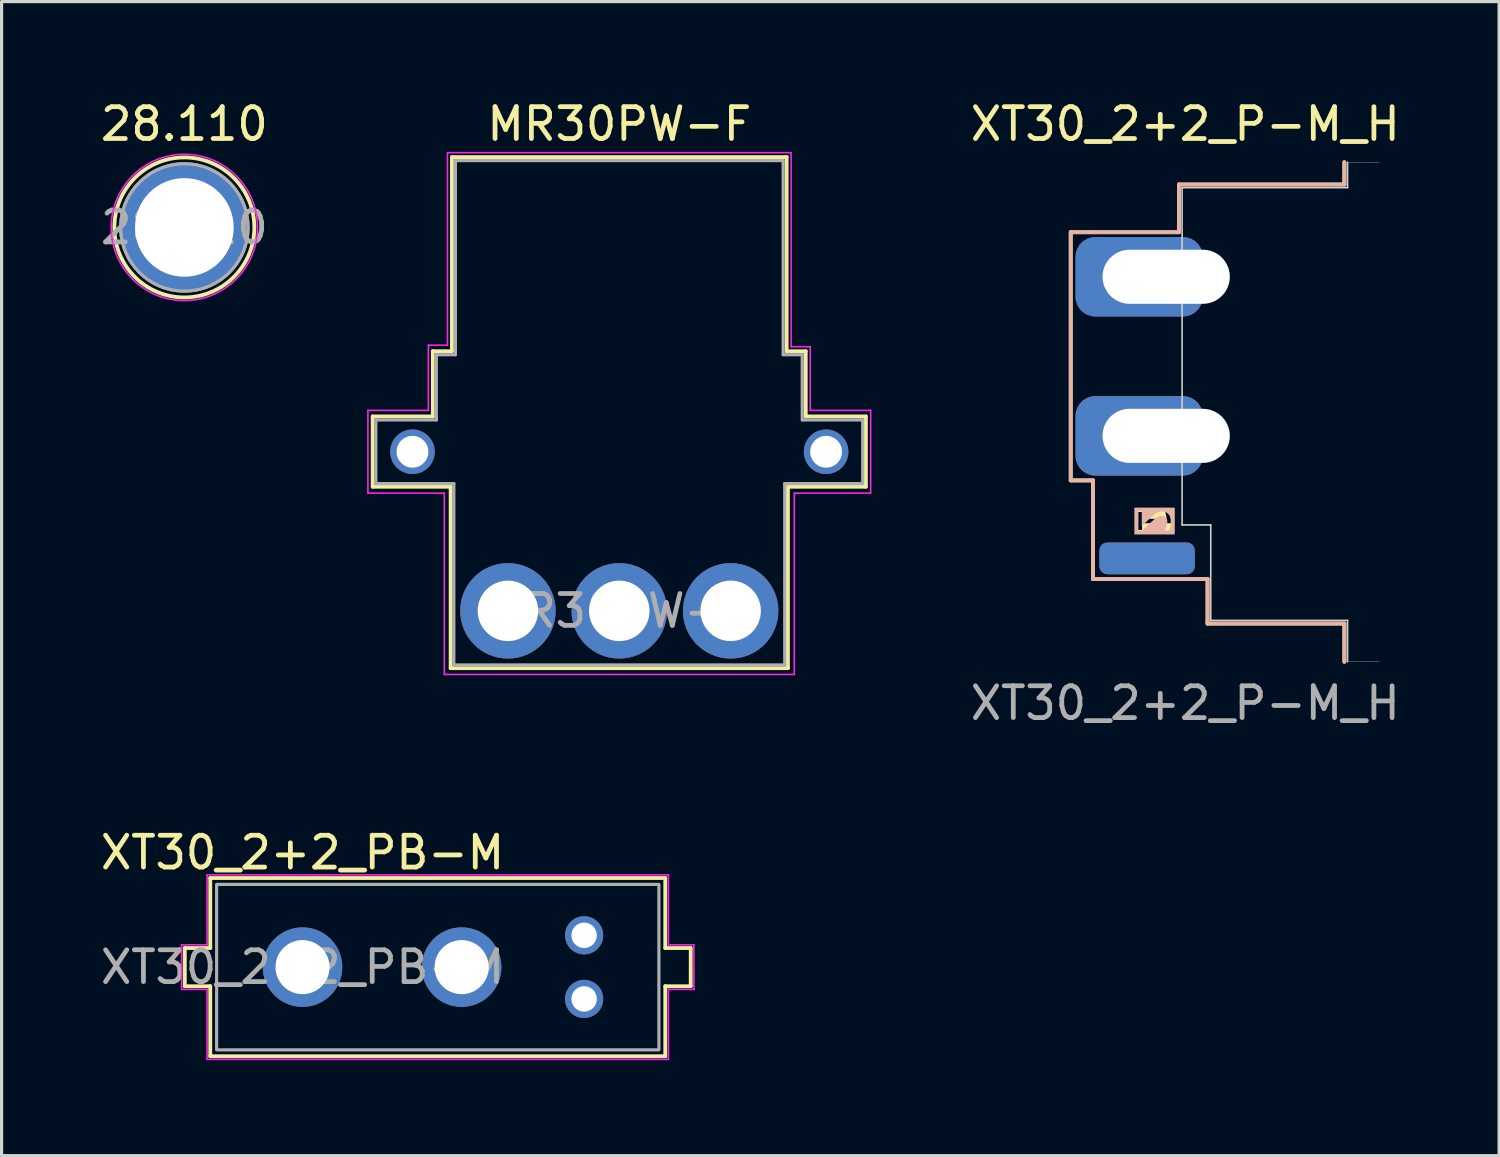
<source format=kicad_pcb>
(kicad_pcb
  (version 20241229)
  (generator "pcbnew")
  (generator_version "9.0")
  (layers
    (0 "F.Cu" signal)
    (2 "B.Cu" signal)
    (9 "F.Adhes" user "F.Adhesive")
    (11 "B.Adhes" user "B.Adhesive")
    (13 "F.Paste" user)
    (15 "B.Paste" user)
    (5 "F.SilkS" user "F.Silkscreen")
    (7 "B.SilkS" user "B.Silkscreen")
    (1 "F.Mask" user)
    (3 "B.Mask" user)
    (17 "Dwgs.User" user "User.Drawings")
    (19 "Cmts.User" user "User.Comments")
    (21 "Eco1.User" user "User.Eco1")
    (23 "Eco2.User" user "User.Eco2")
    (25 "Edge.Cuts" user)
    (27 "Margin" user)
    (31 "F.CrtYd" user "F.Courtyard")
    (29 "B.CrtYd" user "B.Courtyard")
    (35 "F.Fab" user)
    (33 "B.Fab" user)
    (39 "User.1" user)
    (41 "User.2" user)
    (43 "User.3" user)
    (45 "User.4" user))
  (footprint "XT30_2+2_P-M_H"
    (layer "F.Cu")
    (at 34.201 5.648)
    (property "Reference" "XT30_2+2_P-M_H" (at 0 -4.8 0) (unlocked yes) (layer "F.SilkS") (effects (font (size 1 1) (thickness 0.15))))
    (attr smd)
    (fp_line (start -3.6 -1.4) (end -3.6 6.4) (stroke (width 0.12) (type solid)) (layer "F.SilkS"))
    (fp_line (start -3.6 6.4) (end -2.9 6.4) (stroke (width 0.12) (type solid)) (layer "F.SilkS"))
    (fp_line (start -2.9 6.4) (end -2.9 9.5) (stroke (width 0.12) (type solid)) (layer "F.SilkS"))
    (fp_line (start -2.9 9.5) (end 0.7 9.5) (stroke (width 0.12) (type solid)) (layer "F.SilkS"))
    (fp_line (start -0.2 -2.9) (end -0.2 -1.4) (stroke (width 0.12) (type solid)) (layer "F.SilkS"))
    (fp_line (start -0.2 -1.4) (end -3.6 -1.4) (stroke (width 0.12) (type solid)) (layer "F.SilkS"))
    (fp_line (start 0.7 9.5) (end 0.7 10.9) (stroke (width 0.12) (type solid)) (layer "F.SilkS"))
    (fp_line (start 0.7 10.9) (end 5 10.9) (stroke (width 0.12) (type solid)) (layer "F.SilkS"))
    (fp_line (start 5 -3.6) (end 5 -2.9) (stroke (width 0.12) (type solid)) (layer "F.SilkS"))
    (fp_line (start 5 -2.9) (end -0.2 -2.9) (stroke (width 0.12) (type solid)) (layer "F.SilkS"))
    (fp_line (start 5 10.9) (end 5 12.1) (stroke (width 0.12) (type solid)) (layer "F.SilkS"))
    (fp_line (start -3.6 -1.4) (end -3.6 6.4) (stroke (width 0.12) (type solid)) (layer "B.SilkS"))
    (fp_line (start -3.6 6.4) (end -2.9 6.4) (stroke (width 0.12) (type solid)) (layer "B.SilkS"))
    (fp_line (start -2.9 6.4) (end -2.9 9.5) (stroke (width 0.12) (type solid)) (layer "B.SilkS"))
    (fp_line (start -2.9 9.5) (end 0.7 9.5) (stroke (width 0.12) (type solid)) (layer "B.SilkS"))
    (fp_line (start -0.2 -2.9) (end -0.2 -1.4) (stroke (width 0.12) (type solid)) (layer "B.SilkS"))
    (fp_line (start -0.2 -1.4) (end -3.6 -1.4) (stroke (width 0.12) (type solid)) (layer "B.SilkS"))
    (fp_line (start 0.7 9.5) (end 0.7 10.9) (stroke (width 0.12) (type solid)) (layer "B.SilkS"))
    (fp_line (start 0.7 10.9) (end 5 10.9) (stroke (width 0.12) (type solid)) (layer "B.SilkS"))
    (fp_line (start 5 -3.6) (end 5 -2.9) (stroke (width 0.12) (type solid)) (layer "B.SilkS"))
    (fp_line (start 5 -2.9) (end -0.2 -2.9) (stroke (width 0.12) (type solid)) (layer "B.SilkS"))
    (fp_line (start 5 10.9) (end 5 12.1) (stroke (width 0.12) (type solid)) (layer "B.SilkS"))
    (fp_line (start 6.1 -3.6) (end 5.1 -3.6) (stroke (width 0.01) (type solid)) (layer "Dwgs.User"))
    (fp_line (start 6.1 12.1) (end 5.1 12.1) (stroke (width 0.01) (type solid)) (layer "Dwgs.User"))
    (fp_line (start -0.1 -2.8) (end -0.1 7.8) (stroke (width 0.05) (type solid)) (layer "Edge.Cuts"))
    (fp_line (start -0.1 -2.8) (end 5.1 -2.8) (stroke (width 0.05) (type solid)) (layer "Edge.Cuts"))
    (fp_line (start 0.8 7.8) (end -0.1 7.8) (stroke (width 0.05) (type solid)) (layer "Edge.Cuts"))
    (fp_line (start 0.8 7.8) (end 0.8 10.8) (stroke (width 0.05) (type default)) (layer "Edge.Cuts"))
    (fp_line (start 5.1 -2.8) (end 5.1 -3.6) (stroke (width 0.05) (type solid)) (layer "Edge.Cuts"))
    (fp_line (start 5.1 10.8) (end 0.8 10.8) (stroke (width 0.05) (type solid)) (layer "Edge.Cuts"))
    (fp_line (start 5.1 12.1) (end 5.1 10.8) (stroke (width 0.05) (type solid)) (layer "Edge.Cuts"))
    (fp_text user "1" (at -1.06 7.63 270) (unlocked yes) (layer "F.SilkS" knockout) (effects (font (face "DejaVu Sans Mono") (size 1 1) (thickness 0.1))))
    (fp_text user "2" (at -1.07 7.67 270) (unlocked yes) (layer "B.SilkS" knockout) (effects (font (face "DejaVu Sans Mono") (size 1 1) (thickness 0.1)) (justify mirror)))
    (fp_text user "${REFERENCE}" (at 0 13.4 0) (unlocked yes) (layer "F.Fab") (effects (font (size 1 1) (thickness 0.15))))
    (pad "1" smd roundrect (at -1.2 8.85) (size 3 1) (layers "F.Cu" "F.Mask" "F.Paste") (roundrect_rratio 0.25))
    (pad "2" smd roundrect (at -1.2 8.85) (size 3 1) (layers "B.Cu" "B.Mask" "B.Paste") (roundrect_rratio 0.25))
    (pad "P+" thru_hole roundrect (at -0.6 0) (size 4 2.5) (drill oval 4.5 1.7 (offset -0.85 0)) (layers "*.Cu" "*.Mask") (roundrect_rratio 0.25))
    (pad "P-" thru_hole roundrect (at -0.6 5) (size 4 2.5) (drill oval 4.5 1.7 (offset -0.85 0)) (layers "*.Cu" "*.Mask") (roundrect_rratio 0.25)))
  (footprint "MR30PW-F"
    (layer "F.Cu")
    (at 16.413 16.148)
    (property "Reference" "MR30PW-F" (at 0 -15.3 0) (layer "F.SilkS") (effects (font (size 1 1) (thickness 0.15))))
    (attr through_hole)
    (fp_line (start -7.75 -6.11) (end -7.75 -3.9) (stroke (width 0.12) (type solid)) (layer "F.SilkS"))
    (fp_line (start -7.75 -6.11) (end -5.86 -6.11) (stroke (width 0.12) (type solid)) (layer "F.SilkS"))
    (fp_line (start -7.75 -3.9) (end -5.3 -3.9) (stroke (width 0.12) (type solid)) (layer "F.SilkS"))
    (fp_line (start -5.86 -8.16) (end -5.86 -6.11) (stroke (width 0.12) (type solid)) (layer "F.SilkS"))
    (fp_line (start -5.86 -8.16) (end -5.26 -8.16) (stroke (width 0.12) (type solid)) (layer "F.SilkS"))
    (fp_line (start -5.3 1.8) (end -5.3 -3.9) (stroke (width 0.12) (type solid)) (layer "F.SilkS"))
    (fp_line (start -5.3 1.8) (end 5.3 1.8) (stroke (width 0.12) (type solid)) (layer "F.SilkS"))
    (fp_line (start -5.26 -14.26) (end -5.26 -8.16) (stroke (width 0.12) (type solid)) (layer "F.SilkS"))
    (fp_line (start -5.26 -14.26) (end 5.26 -14.26) (stroke (width 0.12) (type solid)) (layer "F.SilkS"))
    (fp_line (start 5.26 -14.26) (end 5.26 -8.16) (stroke (width 0.12) (type solid)) (layer "F.SilkS"))
    (fp_line (start 5.26 -8.16) (end 5.86 -8.16) (stroke (width 0.12) (type solid)) (layer "F.SilkS"))
    (fp_line (start 5.3 -3.9) (end 7.75 -3.9) (stroke (width 0.12) (type solid)) (layer "F.SilkS"))
    (fp_line (start 5.3 1.8) (end 5.3 -3.9) (stroke (width 0.12) (type solid)) (layer "F.SilkS"))
    (fp_line (start 5.86 -8.16) (end 5.86 -6.11) (stroke (width 0.12) (type solid)) (layer "F.SilkS"))
    (fp_line (start 5.86 -6.11) (end 7.75 -6.11) (stroke (width 0.12) (type solid)) (layer "F.SilkS"))
    (fp_line (start 7.75 -6.11) (end 7.75 -3.9) (stroke (width 0.12) (type solid)) (layer "F.SilkS"))
    (fp_line (start -7.9 -6.3) (end -7.9 -3.7) (stroke (width 0.05) (type solid)) (layer "F.CrtYd"))
    (fp_line (start -7.9 -3.7) (end -5.5 -3.7) (stroke (width 0.05) (type solid)) (layer "F.CrtYd"))
    (fp_line (start -6 -8.35) (end -6 -6.3) (stroke (width 0.05) (type solid)) (layer "F.CrtYd"))
    (fp_line (start -6 -6.3) (end -7.9 -6.3) (stroke (width 0.05) (type solid)) (layer "F.CrtYd"))
    (fp_line (start -5.5 -3.7) (end -5.5 2) (stroke (width 0.05) (type solid)) (layer "F.CrtYd"))
    (fp_line (start -5.5 2) (end 5.5 2) (stroke (width 0.05) (type solid)) (layer "F.CrtYd"))
    (fp_line (start -5.4 -14.4) (end -5.4 -8.35) (stroke (width 0.05) (type solid)) (layer "F.CrtYd"))
    (fp_line (start -5.4 -14.4) (end 5.4 -14.4) (stroke (width 0.05) (type solid)) (layer "F.CrtYd"))
    (fp_line (start -5.4 -8.35) (end -6 -8.35) (stroke (width 0.05) (type solid)) (layer "F.CrtYd"))
    (fp_line (start 5.4 -14.4) (end 5.4 -8.3) (stroke (width 0.05) (type solid)) (layer "F.CrtYd"))
    (fp_line (start 5.5 -3.7) (end 5.5 2) (stroke (width 0.05) (type solid)) (layer "F.CrtYd"))
    (fp_line (start 6 -8.3) (end 5.4 -8.3) (stroke (width 0.05) (type solid)) (layer "F.CrtYd"))
    (fp_line (start 6 -8.3) (end 6 -6.3) (stroke (width 0.05) (type solid)) (layer "F.CrtYd"))
    (fp_line (start 6 -6.3) (end 7.9 -6.3) (stroke (width 0.05) (type solid)) (layer "F.CrtYd"))
    (fp_line (start 7.9 -6.3) (end 7.9 -3.7) (stroke (width 0.05) (type solid)) (layer "F.CrtYd"))
    (fp_line (start 7.9 -3.7) (end 5.5 -3.7) (stroke (width 0.05) (type solid)) (layer "F.CrtYd"))
    (fp_line (start -7.65 -6) (end -7.65 -4) (stroke (width 0.1) (type default)) (layer "F.Fab"))
    (fp_line (start -7.65 -6) (end -5.75 -6) (stroke (width 0.1) (type solid)) (layer "F.Fab"))
    (fp_line (start -7.65 -4) (end -5.2 -4) (stroke (width 0.1) (type solid)) (layer "F.Fab"))
    (fp_line (start -5.75 -8.05) (end -5.75 -6) (stroke (width 0.1) (type solid)) (layer "F.Fab"))
    (fp_line (start -5.75 -8.05) (end -5.15 -8.05) (stroke (width 0.1) (type solid)) (layer "F.Fab"))
    (fp_line (start -5.2 1.7) (end -5.2 -4) (stroke (width 0.1) (type solid)) (layer "F.Fab"))
    (fp_line (start -5.2 1.7) (end 5.2 1.7) (stroke (width 0.1) (type solid)) (layer "F.Fab"))
    (fp_line (start -5.15 -14.15) (end -5.15 -8.05) (stroke (width 0.1) (type solid)) (layer "F.Fab"))
    (fp_line (start -5.15 -14.15) (end 5.15 -14.15) (stroke (width 0.1) (type solid)) (layer "F.Fab"))
    (fp_line (start 5.15 -14.15) (end 5.15 -8.05) (stroke (width 0.1) (type solid)) (layer "F.Fab"))
    (fp_line (start 5.15 -8.05) (end 5.75 -8.05) (stroke (width 0.1) (type default)) (layer "F.Fab"))
    (fp_line (start 5.2 -4) (end 7.65 -4) (stroke (width 0.1) (type solid)) (layer "F.Fab"))
    (fp_line (start 5.2 1.7) (end 5.2 -4) (stroke (width 0.1) (type solid)) (layer "F.Fab"))
    (fp_line (start 5.75 -8.05) (end 5.75 -6) (stroke (width 0.1) (type solid)) (layer "F.Fab"))
    (fp_line (start 5.755 -6) (end 7.65 -6) (stroke (width 0.1) (type solid)) (layer "F.Fab"))
    (fp_line (start 7.65 -6) (end 7.65 -4) (stroke (width 0.1) (type solid)) (layer "F.Fab"))
    (fp_text user "${REFERENCE}" (at 0 0 0) (layer "F.Fab") (effects (font (size 1 1) (thickness 0.15))))
    (pad "" thru_hole circle (at -6.5 -5) (size 1.4 1.4) (drill 1) (layers "*.Cu" "*.Mask") (remove_unused_layers yes) (keep_end_layers yes) (zone_layer_connections))
    (pad "" thru_hole circle (at 6.5 -5 90) (size 1.4 1.4) (drill 1) (layers "*.Cu" "*.Mask") (remove_unused_layers yes) (keep_end_layers yes) (zone_layer_connections))
    (pad "1" thru_hole circle (at 3.5 0) (size 3 3) (drill 1.9) (layers "*.Cu" "*.Mask") (remove_unused_layers yes) (keep_end_layers yes) (zone_layer_connections))
    (pad "2" thru_hole circle (at 0 0) (size 3 3) (drill 1.9) (layers "*.Cu" "*.Mask") (remove_unused_layers yes) (keep_end_layers yes) (zone_layer_connections))
    (pad "3" thru_hole circle (at -3.5 0) (size 3 3) (drill 1.9) (layers "*.Cu" "*.Mask") (remove_unused_layers yes) (keep_end_layers yes) (zone_layer_connections)))
  (footprint "28.110"
    (layer "F.Cu")
    (at 2.744 4.098)
    (property "Reference" "28.110" (at 0 -3.25 0) (unlocked yes) (layer "F.SilkS") (effects (font (size 1 1) (thickness 0.15))))
    (attr through_hole)
    (fp_circle (center 0 0) (end 2.2 0) (stroke (width 0.12) (type solid)) (fill no) (layer "F.SilkS"))
    (fp_circle (center 0 0) (end 2.3 0) (stroke (width 0.05) (type solid)) (fill no) (layer "F.CrtYd"))
    (fp_circle (center 0 0) (end 2 0) (stroke (width 0.1) (type solid)) (fill no) (layer "F.Fab"))
    (fp_text user "${REFERENCE}" (at 0 0 0) (unlocked yes) (layer "F.Fab") (effects (font (size 1 1) (thickness 0.15))))
    (pad "1" thru_hole circle (at 0 0) (size 4.1 4.1) (drill 3.1) (layers "*.Cu" "*.Mask") (remove_unused_layers yes) (keep_end_layers yes) (zone_layer_connections)))
  (footprint "XT30_2+2_PB-M"
    (layer "F.Cu")
    (at 6.458 27.345)
    (property "Reference" "XT30_2+2_PB-M" (at 0 -3.6 0) (unlocked yes) (layer "F.SilkS") (effects (font (size 1 1) (thickness 0.15))))
    (attr through_hole)
    (fp_line (start -3.7 -0.6) (end -2.9 -0.6) (stroke (width 0.12) (type solid)) (layer "F.SilkS"))
    (fp_line (start -3.7 0.6) (end -3.7 -0.6) (stroke (width 0.12) (type solid)) (layer "F.SilkS"))
    (fp_line (start -2.9 -2.8) (end 11.4 -2.8) (stroke (width 0.12) (type solid)) (layer "F.SilkS"))
    (fp_line (start -2.9 -0.6) (end -2.9 -2.8) (stroke (width 0.12) (type solid)) (layer "F.SilkS"))
    (fp_line (start -2.9 0.6) (end -3.7 0.6) (stroke (width 0.12) (type solid)) (layer "F.SilkS"))
    (fp_line (start -2.9 2.8) (end -2.9 0.6) (stroke (width 0.12) (type solid)) (layer "F.SilkS"))
    (fp_line (start 11.4 -2.8) (end 11.4 -0.6) (stroke (width 0.12) (type solid)) (layer "F.SilkS"))
    (fp_line (start 11.4 -0.6) (end 12.2 -0.6) (stroke (width 0.12) (type solid)) (layer "F.SilkS"))
    (fp_line (start 11.4 0.6) (end 11.4 2.8) (stroke (width 0.12) (type solid)) (layer "F.SilkS"))
    (fp_line (start 11.4 2.8) (end -2.9 2.8) (stroke (width 0.12) (type solid)) (layer "F.SilkS"))
    (fp_line (start 12.2 -0.6) (end 12.2 0.6) (stroke (width 0.12) (type solid)) (layer "F.SilkS"))
    (fp_line (start 12.2 0.6) (end 11.4 0.6) (stroke (width 0.12) (type solid)) (layer "F.SilkS"))
    (fp_line (start -3.8 -0.7) (end -3 -0.7) (stroke (width 0.05) (type solid)) (layer "F.CrtYd"))
    (fp_line (start -3.8 0.7) (end -3.8 -0.7) (stroke (width 0.05) (type solid)) (layer "F.CrtYd"))
    (fp_line (start -3 -2.9) (end 11.5 -2.9) (stroke (width 0.05) (type solid)) (layer "F.CrtYd"))
    (fp_line (start -3 -0.7) (end -3 -2.9) (stroke (width 0.05) (type solid)) (layer "F.CrtYd"))
    (fp_line (start -3 0.7) (end -3.8 0.7) (stroke (width 0.05) (type solid)) (layer "F.CrtYd"))
    (fp_line (start -3 2.9) (end -3 0.7) (stroke (width 0.05) (type solid)) (layer "F.CrtYd"))
    (fp_line (start 11.5 -2.9) (end 11.5 -0.7) (stroke (width 0.05) (type solid)) (layer "F.CrtYd"))
    (fp_line (start 11.5 -0.7) (end 12.3 -0.7) (stroke (width 0.05) (type solid)) (layer "F.CrtYd"))
    (fp_line (start 11.5 0.7) (end 11.5 2.9) (stroke (width 0.05) (type solid)) (layer "F.CrtYd"))
    (fp_line (start 11.5 2.9) (end -3 2.9) (stroke (width 0.05) (type solid)) (layer "F.CrtYd"))
    (fp_line (start 12.3 -0.7) (end 12.3 0.7) (stroke (width 0.05) (type solid)) (layer "F.CrtYd"))
    (fp_line (start 12.3 0.7) (end 11.5 0.7) (stroke (width 0.05) (type solid)) (layer "F.CrtYd"))
    (fp_rect (start -2.7 -2.6) (end 11.2 2.6) (stroke (width 0.1) (type solid)) (fill no) (layer "F.Fab"))
    (fp_text user "${REFERENCE}" (at 0 0 0) (unlocked yes) (layer "F.Fab") (effects (font (size 1 1) (thickness 0.15))))
    (pad "1" thru_hole circle (at 8.85 1) (size 1.2 1.2) (drill 0.8) (layers "*.Cu" "*.Mask") (remove_unused_layers yes) (keep_end_layers yes) (zone_layer_connections))
    (pad "2" thru_hole circle (at 8.85 -1) (size 1.2 1.2) (drill 0.8) (layers "*.Cu" "*.Mask") (remove_unused_layers yes) (keep_end_layers yes) (zone_layer_connections))
    (pad "P+" thru_hole circle (at 0 0) (size 2.5 2.5) (drill 1.7) (layers "*.Cu" "*.Mask") (remove_unused_layers yes) (keep_end_layers yes) (zone_layer_connections))
    (pad "P-" thru_hole circle (at 5 0) (size 2.5 2.5) (drill 1.7) (layers "*.Cu" "*.Mask") (remove_unused_layers yes) (keep_end_layers yes) (zone_layer_connections)))
  (gr_rect
    (start -3 -3)
    (end 44.064 33.27)
    (stroke (width 0.1) (type default))
    (fill no)
    (layer "Edge.Cuts")))
</source>
